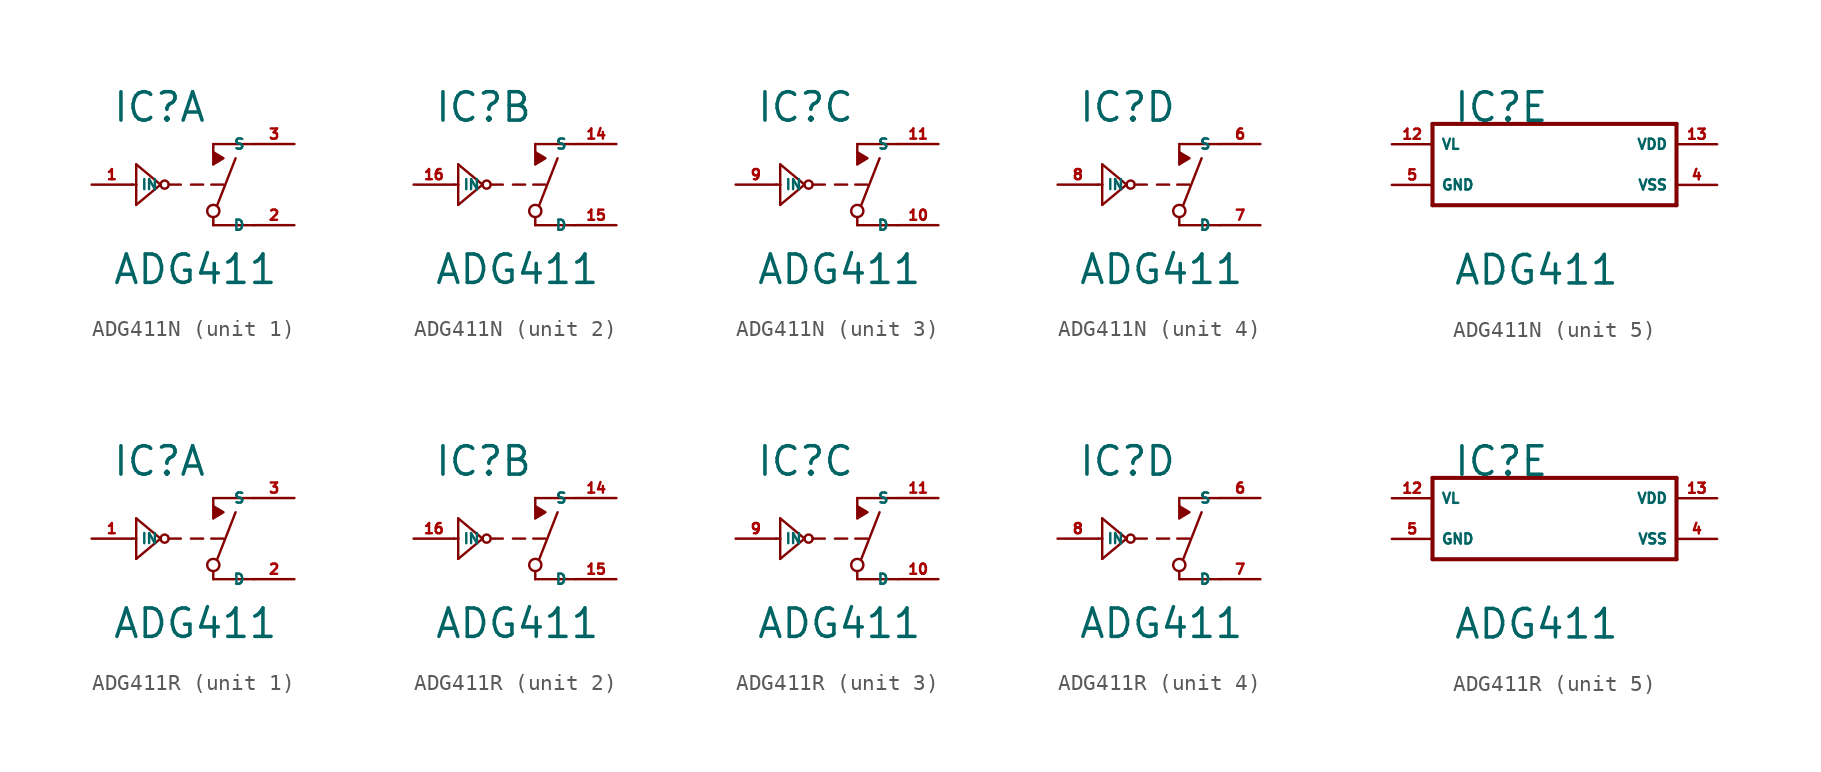
<source format=kicad_sym>
(kicad_symbol_lib
  (version 20220914)
  (generator Eagle2Kicad)
  (symbol "ADG411N"
    (property "Reference" "IC"
      (at -6.35 3.81 0)
      (effects (font (size 1.778 1.778) (thickness 0.22)) (justify left bottom)))
    (property "Value" "ADG411"
      (at -6.35 -6.35 0)
      (effects (font (size 1.778 1.778) (thickness 0.22)) (justify left bottom)))
    (symbol "ADG411N_1_0"
      (polyline (pts (xy 0 1.27) (xy 0.635 1.651) (xy 0 2.032)) (stroke (width 0.152) (type default)) (fill (type outline)))
      (polyline (pts (xy 2.54 2.54) (xy 0 2.54)) (stroke (width 0.152) (type default)) (fill (type none)))
      (polyline (pts (xy 0 2.54) (xy 0 1.27)) (stroke (width 0.152) (type default)) (fill (type none)))
      (polyline (pts (xy 2.54 -2.54) (xy 0 -2.54)) (stroke (width 0.152) (type default)) (fill (type none)))
      (polyline (pts (xy 0 -2.54) (xy 0 -2.032)) (stroke (width 0.152) (type default)) (fill (type none)))
      (polyline (pts (xy 0.254 -1.27) (xy 1.397 1.651)) (stroke (width 0.152) (type default)) (fill (type none)))
      (polyline (pts (xy -5.08 0) (xy -4.826 0)) (stroke (width 0.152) (type default)) (fill (type none)))
      (polyline (pts (xy -4.826 0) (xy -4.826 1.27)) (stroke (width 0.152) (type default)) (fill (type none)))
      (polyline (pts (xy -4.826 1.27) (xy -3.302 0)) (stroke (width 0.152) (type default)) (fill (type none)))
      (polyline (pts (xy -3.302 0) (xy -4.826 -1.27)) (stroke (width 0.152) (type default)) (fill (type none)))
      (polyline (pts (xy -4.826 -1.27) (xy -4.826 0)) (stroke (width 0.152) (type default)) (fill (type none)))
      (polyline (pts (xy -2.794 0) (xy -2.032 0)) (stroke (width 0.152) (type default)) (fill (type none)))
      (polyline (pts (xy -1.397 0) (xy -0.635 0)) (stroke (width 0.152) (type default)) (fill (type none)))
      (polyline (pts (xy -0.127 0) (xy 0.635 0)) (stroke (width 0.152) (type default)) (fill (type none)))
      (circle (center 0 -1.651) (radius 0.381) (stroke (width 0.152) (type default)) (fill (type none)))
      (circle (center -3.048 0) (radius 0.254) (stroke (width 0.152) (type default)) (fill (type none)))
      (pin input line (at -7.62 0 0) (length 2.54) (name "IN" (effects (font (size 0.635 0.635) (thickness 0.08)) (justify left bottom))) (number "1" (effects (font (size 0.635 0.635) (thickness 0.08)) (justify left bottom))))
      (pin passive line (at 5.08 2.54 180) (length 2.54) (name "S" (effects (font (size 0.635 0.635) (thickness 0.08)) (justify left bottom))) (number "3" (effects (font (size 0.635 0.635) (thickness 0.08)) (justify left bottom))))
      (pin passive line (at 5.08 -2.54 180) (length 2.54) (name "D" (effects (font (size 0.635 0.635) (thickness 0.08)) (justify left bottom))) (number "2" (effects (font (size 0.635 0.635) (thickness 0.08)) (justify left bottom)))))
    (symbol "ADG411N_2_0"
      (polyline (pts (xy 0 1.27) (xy 0.635 1.651) (xy 0 2.032)) (stroke (width 0.152) (type default)) (fill (type outline)))
      (polyline (pts (xy 2.54 2.54) (xy 0 2.54)) (stroke (width 0.152) (type default)) (fill (type none)))
      (polyline (pts (xy 0 2.54) (xy 0 1.27)) (stroke (width 0.152) (type default)) (fill (type none)))
      (polyline (pts (xy 2.54 -2.54) (xy 0 -2.54)) (stroke (width 0.152) (type default)) (fill (type none)))
      (polyline (pts (xy 0 -2.54) (xy 0 -2.032)) (stroke (width 0.152) (type default)) (fill (type none)))
      (polyline (pts (xy 0.254 -1.27) (xy 1.397 1.651)) (stroke (width 0.152) (type default)) (fill (type none)))
      (polyline (pts (xy -5.08 0) (xy -4.826 0)) (stroke (width 0.152) (type default)) (fill (type none)))
      (polyline (pts (xy -4.826 0) (xy -4.826 1.27)) (stroke (width 0.152) (type default)) (fill (type none)))
      (polyline (pts (xy -4.826 1.27) (xy -3.302 0)) (stroke (width 0.152) (type default)) (fill (type none)))
      (polyline (pts (xy -3.302 0) (xy -4.826 -1.27)) (stroke (width 0.152) (type default)) (fill (type none)))
      (polyline (pts (xy -4.826 -1.27) (xy -4.826 0)) (stroke (width 0.152) (type default)) (fill (type none)))
      (polyline (pts (xy -2.794 0) (xy -2.032 0)) (stroke (width 0.152) (type default)) (fill (type none)))
      (polyline (pts (xy -1.397 0) (xy -0.635 0)) (stroke (width 0.152) (type default)) (fill (type none)))
      (polyline (pts (xy -0.127 0) (xy 0.635 0)) (stroke (width 0.152) (type default)) (fill (type none)))
      (circle (center 0 -1.651) (radius 0.381) (stroke (width 0.152) (type default)) (fill (type none)))
      (circle (center -3.048 0) (radius 0.254) (stroke (width 0.152) (type default)) (fill (type none)))
      (pin input line (at -7.62 0 0) (length 2.54) (name "IN" (effects (font (size 0.635 0.635) (thickness 0.08)) (justify left bottom))) (number "16" (effects (font (size 0.635 0.635) (thickness 0.08)) (justify left bottom))))
      (pin passive line (at 5.08 2.54 180) (length 2.54) (name "S" (effects (font (size 0.635 0.635) (thickness 0.08)) (justify left bottom))) (number "14" (effects (font (size 0.635 0.635) (thickness 0.08)) (justify left bottom))))
      (pin passive line (at 5.08 -2.54 180) (length 2.54) (name "D" (effects (font (size 0.635 0.635) (thickness 0.08)) (justify left bottom))) (number "15" (effects (font (size 0.635 0.635) (thickness 0.08)) (justify left bottom)))))
    (symbol "ADG411N_3_0"
      (polyline (pts (xy 0 1.27) (xy 0.635 1.651) (xy 0 2.032)) (stroke (width 0.152) (type default)) (fill (type outline)))
      (polyline (pts (xy 2.54 2.54) (xy 0 2.54)) (stroke (width 0.152) (type default)) (fill (type none)))
      (polyline (pts (xy 0 2.54) (xy 0 1.27)) (stroke (width 0.152) (type default)) (fill (type none)))
      (polyline (pts (xy 2.54 -2.54) (xy 0 -2.54)) (stroke (width 0.152) (type default)) (fill (type none)))
      (polyline (pts (xy 0 -2.54) (xy 0 -2.032)) (stroke (width 0.152) (type default)) (fill (type none)))
      (polyline (pts (xy 0.254 -1.27) (xy 1.397 1.651)) (stroke (width 0.152) (type default)) (fill (type none)))
      (polyline (pts (xy -5.08 0) (xy -4.826 0)) (stroke (width 0.152) (type default)) (fill (type none)))
      (polyline (pts (xy -4.826 0) (xy -4.826 1.27)) (stroke (width 0.152) (type default)) (fill (type none)))
      (polyline (pts (xy -4.826 1.27) (xy -3.302 0)) (stroke (width 0.152) (type default)) (fill (type none)))
      (polyline (pts (xy -3.302 0) (xy -4.826 -1.27)) (stroke (width 0.152) (type default)) (fill (type none)))
      (polyline (pts (xy -4.826 -1.27) (xy -4.826 0)) (stroke (width 0.152) (type default)) (fill (type none)))
      (polyline (pts (xy -2.794 0) (xy -2.032 0)) (stroke (width 0.152) (type default)) (fill (type none)))
      (polyline (pts (xy -1.397 0) (xy -0.635 0)) (stroke (width 0.152) (type default)) (fill (type none)))
      (polyline (pts (xy -0.127 0) (xy 0.635 0)) (stroke (width 0.152) (type default)) (fill (type none)))
      (circle (center 0 -1.651) (radius 0.381) (stroke (width 0.152) (type default)) (fill (type none)))
      (circle (center -3.048 0) (radius 0.254) (stroke (width 0.152) (type default)) (fill (type none)))
      (pin input line (at -7.62 0 0) (length 2.54) (name "IN" (effects (font (size 0.635 0.635) (thickness 0.08)) (justify left bottom))) (number "9" (effects (font (size 0.635 0.635) (thickness 0.08)) (justify left bottom))))
      (pin passive line (at 5.08 2.54 180) (length 2.54) (name "S" (effects (font (size 0.635 0.635) (thickness 0.08)) (justify left bottom))) (number "11" (effects (font (size 0.635 0.635) (thickness 0.08)) (justify left bottom))))
      (pin passive line (at 5.08 -2.54 180) (length 2.54) (name "D" (effects (font (size 0.635 0.635) (thickness 0.08)) (justify left bottom))) (number "10" (effects (font (size 0.635 0.635) (thickness 0.08)) (justify left bottom)))))
    (symbol "ADG411N_4_0"
      (polyline (pts (xy 0 1.27) (xy 0.635 1.651) (xy 0 2.032)) (stroke (width 0.152) (type default)) (fill (type outline)))
      (polyline (pts (xy 2.54 2.54) (xy 0 2.54)) (stroke (width 0.152) (type default)) (fill (type none)))
      (polyline (pts (xy 0 2.54) (xy 0 1.27)) (stroke (width 0.152) (type default)) (fill (type none)))
      (polyline (pts (xy 2.54 -2.54) (xy 0 -2.54)) (stroke (width 0.152) (type default)) (fill (type none)))
      (polyline (pts (xy 0 -2.54) (xy 0 -2.032)) (stroke (width 0.152) (type default)) (fill (type none)))
      (polyline (pts (xy 0.254 -1.27) (xy 1.397 1.651)) (stroke (width 0.152) (type default)) (fill (type none)))
      (polyline (pts (xy -5.08 0) (xy -4.826 0)) (stroke (width 0.152) (type default)) (fill (type none)))
      (polyline (pts (xy -4.826 0) (xy -4.826 1.27)) (stroke (width 0.152) (type default)) (fill (type none)))
      (polyline (pts (xy -4.826 1.27) (xy -3.302 0)) (stroke (width 0.152) (type default)) (fill (type none)))
      (polyline (pts (xy -3.302 0) (xy -4.826 -1.27)) (stroke (width 0.152) (type default)) (fill (type none)))
      (polyline (pts (xy -4.826 -1.27) (xy -4.826 0)) (stroke (width 0.152) (type default)) (fill (type none)))
      (polyline (pts (xy -2.794 0) (xy -2.032 0)) (stroke (width 0.152) (type default)) (fill (type none)))
      (polyline (pts (xy -1.397 0) (xy -0.635 0)) (stroke (width 0.152) (type default)) (fill (type none)))
      (polyline (pts (xy -0.127 0) (xy 0.635 0)) (stroke (width 0.152) (type default)) (fill (type none)))
      (circle (center 0 -1.651) (radius 0.381) (stroke (width 0.152) (type default)) (fill (type none)))
      (circle (center -3.048 0) (radius 0.254) (stroke (width 0.152) (type default)) (fill (type none)))
      (pin input line (at -7.62 0 0) (length 2.54) (name "IN" (effects (font (size 0.635 0.635) (thickness 0.08)) (justify left bottom))) (number "8" (effects (font (size 0.635 0.635) (thickness 0.08)) (justify left bottom))))
      (pin passive line (at 5.08 2.54 180) (length 2.54) (name "S" (effects (font (size 0.635 0.635) (thickness 0.08)) (justify left bottom))) (number "6" (effects (font (size 0.635 0.635) (thickness 0.08)) (justify left bottom))))
      (pin passive line (at 5.08 -2.54 180) (length 2.54) (name "D" (effects (font (size 0.635 0.635) (thickness 0.08)) (justify left bottom))) (number "7" (effects (font (size 0.635 0.635) (thickness 0.08)) (justify left bottom)))))
    (symbol "ADG411N_5_0"
      (polyline (pts (xy -7.62 3.81) (xy 7.62 3.81)) (stroke (width 0.254) (type default)) (fill (type none)))
      (polyline (pts (xy 7.62 3.81) (xy 7.62 -1.27)) (stroke (width 0.254) (type default)) (fill (type none)))
      (polyline (pts (xy 7.62 -1.27) (xy -7.62 -1.27)) (stroke (width 0.254) (type default)) (fill (type none)))
      (polyline (pts (xy -7.62 -1.27) (xy -7.62 3.81)) (stroke (width 0.254) (type default)) (fill (type none)))
      (pin unspecified line (at 10.16 2.54 180) (length 2.54) (name "VDD" (effects (font (size 0.635 0.635) (thickness 0.08)) (justify left bottom))) (number "13" (effects (font (size 0.635 0.635) (thickness 0.08)) (justify left bottom))))
      (pin unspecified line (at 10.16 0 180) (length 2.54) (name "VSS" (effects (font (size 0.635 0.635) (thickness 0.08)) (justify left bottom))) (number "4" (effects (font (size 0.635 0.635) (thickness 0.08)) (justify left bottom))))
      (pin unspecified line (at -10.16 0 0) (length 2.54) (name "GND" (effects (font (size 0.635 0.635) (thickness 0.08)) (justify left bottom))) (number "5" (effects (font (size 0.635 0.635) (thickness 0.08)) (justify left bottom))))
      (pin unspecified line (at -10.16 2.54 0) (length 2.54) (name "VL" (effects (font (size 0.635 0.635) (thickness 0.08)) (justify left bottom))) (number "12" (effects (font (size 0.635 0.635) (thickness 0.08)) (justify left bottom))))))
  (symbol "ADG411R"
    (property "Reference" "IC"
      (at -6.35 3.81 0)
      (effects (font (size 1.778 1.778) (thickness 0.22)) (justify left bottom)))
    (property "Value" "ADG411"
      (at -6.35 -6.35 0)
      (effects (font (size 1.778 1.778) (thickness 0.22)) (justify left bottom)))
    (symbol "ADG411R_1_0"
      (polyline (pts (xy 0 1.27) (xy 0.635 1.651) (xy 0 2.032)) (stroke (width 0.152) (type default)) (fill (type outline)))
      (polyline (pts (xy 2.54 2.54) (xy 0 2.54)) (stroke (width 0.152) (type default)) (fill (type none)))
      (polyline (pts (xy 0 2.54) (xy 0 1.27)) (stroke (width 0.152) (type default)) (fill (type none)))
      (polyline (pts (xy 2.54 -2.54) (xy 0 -2.54)) (stroke (width 0.152) (type default)) (fill (type none)))
      (polyline (pts (xy 0 -2.54) (xy 0 -2.032)) (stroke (width 0.152) (type default)) (fill (type none)))
      (polyline (pts (xy 0.254 -1.27) (xy 1.397 1.651)) (stroke (width 0.152) (type default)) (fill (type none)))
      (polyline (pts (xy -5.08 0) (xy -4.826 0)) (stroke (width 0.152) (type default)) (fill (type none)))
      (polyline (pts (xy -4.826 0) (xy -4.826 1.27)) (stroke (width 0.152) (type default)) (fill (type none)))
      (polyline (pts (xy -4.826 1.27) (xy -3.302 0)) (stroke (width 0.152) (type default)) (fill (type none)))
      (polyline (pts (xy -3.302 0) (xy -4.826 -1.27)) (stroke (width 0.152) (type default)) (fill (type none)))
      (polyline (pts (xy -4.826 -1.27) (xy -4.826 0)) (stroke (width 0.152) (type default)) (fill (type none)))
      (polyline (pts (xy -2.794 0) (xy -2.032 0)) (stroke (width 0.152) (type default)) (fill (type none)))
      (polyline (pts (xy -1.397 0) (xy -0.635 0)) (stroke (width 0.152) (type default)) (fill (type none)))
      (polyline (pts (xy -0.127 0) (xy 0.635 0)) (stroke (width 0.152) (type default)) (fill (type none)))
      (circle (center 0 -1.651) (radius 0.381) (stroke (width 0.152) (type default)) (fill (type none)))
      (circle (center -3.048 0) (radius 0.254) (stroke (width 0.152) (type default)) (fill (type none)))
      (pin input line (at -7.62 0 0) (length 2.54) (name "IN" (effects (font (size 0.635 0.635) (thickness 0.08)) (justify left bottom))) (number "1" (effects (font (size 0.635 0.635) (thickness 0.08)) (justify left bottom))))
      (pin passive line (at 5.08 2.54 180) (length 2.54) (name "S" (effects (font (size 0.635 0.635) (thickness 0.08)) (justify left bottom))) (number "3" (effects (font (size 0.635 0.635) (thickness 0.08)) (justify left bottom))))
      (pin passive line (at 5.08 -2.54 180) (length 2.54) (name "D" (effects (font (size 0.635 0.635) (thickness 0.08)) (justify left bottom))) (number "2" (effects (font (size 0.635 0.635) (thickness 0.08)) (justify left bottom)))))
    (symbol "ADG411R_2_0"
      (polyline (pts (xy 0 1.27) (xy 0.635 1.651) (xy 0 2.032)) (stroke (width 0.152) (type default)) (fill (type outline)))
      (polyline (pts (xy 2.54 2.54) (xy 0 2.54)) (stroke (width 0.152) (type default)) (fill (type none)))
      (polyline (pts (xy 0 2.54) (xy 0 1.27)) (stroke (width 0.152) (type default)) (fill (type none)))
      (polyline (pts (xy 2.54 -2.54) (xy 0 -2.54)) (stroke (width 0.152) (type default)) (fill (type none)))
      (polyline (pts (xy 0 -2.54) (xy 0 -2.032)) (stroke (width 0.152) (type default)) (fill (type none)))
      (polyline (pts (xy 0.254 -1.27) (xy 1.397 1.651)) (stroke (width 0.152) (type default)) (fill (type none)))
      (polyline (pts (xy -5.08 0) (xy -4.826 0)) (stroke (width 0.152) (type default)) (fill (type none)))
      (polyline (pts (xy -4.826 0) (xy -4.826 1.27)) (stroke (width 0.152) (type default)) (fill (type none)))
      (polyline (pts (xy -4.826 1.27) (xy -3.302 0)) (stroke (width 0.152) (type default)) (fill (type none)))
      (polyline (pts (xy -3.302 0) (xy -4.826 -1.27)) (stroke (width 0.152) (type default)) (fill (type none)))
      (polyline (pts (xy -4.826 -1.27) (xy -4.826 0)) (stroke (width 0.152) (type default)) (fill (type none)))
      (polyline (pts (xy -2.794 0) (xy -2.032 0)) (stroke (width 0.152) (type default)) (fill (type none)))
      (polyline (pts (xy -1.397 0) (xy -0.635 0)) (stroke (width 0.152) (type default)) (fill (type none)))
      (polyline (pts (xy -0.127 0) (xy 0.635 0)) (stroke (width 0.152) (type default)) (fill (type none)))
      (circle (center 0 -1.651) (radius 0.381) (stroke (width 0.152) (type default)) (fill (type none)))
      (circle (center -3.048 0) (radius 0.254) (stroke (width 0.152) (type default)) (fill (type none)))
      (pin input line (at -7.62 0 0) (length 2.54) (name "IN" (effects (font (size 0.635 0.635) (thickness 0.08)) (justify left bottom))) (number "16" (effects (font (size 0.635 0.635) (thickness 0.08)) (justify left bottom))))
      (pin passive line (at 5.08 2.54 180) (length 2.54) (name "S" (effects (font (size 0.635 0.635) (thickness 0.08)) (justify left bottom))) (number "14" (effects (font (size 0.635 0.635) (thickness 0.08)) (justify left bottom))))
      (pin passive line (at 5.08 -2.54 180) (length 2.54) (name "D" (effects (font (size 0.635 0.635) (thickness 0.08)) (justify left bottom))) (number "15" (effects (font (size 0.635 0.635) (thickness 0.08)) (justify left bottom)))))
    (symbol "ADG411R_3_0"
      (polyline (pts (xy 0 1.27) (xy 0.635 1.651) (xy 0 2.032)) (stroke (width 0.152) (type default)) (fill (type outline)))
      (polyline (pts (xy 2.54 2.54) (xy 0 2.54)) (stroke (width 0.152) (type default)) (fill (type none)))
      (polyline (pts (xy 0 2.54) (xy 0 1.27)) (stroke (width 0.152) (type default)) (fill (type none)))
      (polyline (pts (xy 2.54 -2.54) (xy 0 -2.54)) (stroke (width 0.152) (type default)) (fill (type none)))
      (polyline (pts (xy 0 -2.54) (xy 0 -2.032)) (stroke (width 0.152) (type default)) (fill (type none)))
      (polyline (pts (xy 0.254 -1.27) (xy 1.397 1.651)) (stroke (width 0.152) (type default)) (fill (type none)))
      (polyline (pts (xy -5.08 0) (xy -4.826 0)) (stroke (width 0.152) (type default)) (fill (type none)))
      (polyline (pts (xy -4.826 0) (xy -4.826 1.27)) (stroke (width 0.152) (type default)) (fill (type none)))
      (polyline (pts (xy -4.826 1.27) (xy -3.302 0)) (stroke (width 0.152) (type default)) (fill (type none)))
      (polyline (pts (xy -3.302 0) (xy -4.826 -1.27)) (stroke (width 0.152) (type default)) (fill (type none)))
      (polyline (pts (xy -4.826 -1.27) (xy -4.826 0)) (stroke (width 0.152) (type default)) (fill (type none)))
      (polyline (pts (xy -2.794 0) (xy -2.032 0)) (stroke (width 0.152) (type default)) (fill (type none)))
      (polyline (pts (xy -1.397 0) (xy -0.635 0)) (stroke (width 0.152) (type default)) (fill (type none)))
      (polyline (pts (xy -0.127 0) (xy 0.635 0)) (stroke (width 0.152) (type default)) (fill (type none)))
      (circle (center 0 -1.651) (radius 0.381) (stroke (width 0.152) (type default)) (fill (type none)))
      (circle (center -3.048 0) (radius 0.254) (stroke (width 0.152) (type default)) (fill (type none)))
      (pin input line (at -7.62 0 0) (length 2.54) (name "IN" (effects (font (size 0.635 0.635) (thickness 0.08)) (justify left bottom))) (number "9" (effects (font (size 0.635 0.635) (thickness 0.08)) (justify left bottom))))
      (pin passive line (at 5.08 2.54 180) (length 2.54) (name "S" (effects (font (size 0.635 0.635) (thickness 0.08)) (justify left bottom))) (number "11" (effects (font (size 0.635 0.635) (thickness 0.08)) (justify left bottom))))
      (pin passive line (at 5.08 -2.54 180) (length 2.54) (name "D" (effects (font (size 0.635 0.635) (thickness 0.08)) (justify left bottom))) (number "10" (effects (font (size 0.635 0.635) (thickness 0.08)) (justify left bottom)))))
    (symbol "ADG411R_4_0"
      (polyline (pts (xy 0 1.27) (xy 0.635 1.651) (xy 0 2.032)) (stroke (width 0.152) (type default)) (fill (type outline)))
      (polyline (pts (xy 2.54 2.54) (xy 0 2.54)) (stroke (width 0.152) (type default)) (fill (type none)))
      (polyline (pts (xy 0 2.54) (xy 0 1.27)) (stroke (width 0.152) (type default)) (fill (type none)))
      (polyline (pts (xy 2.54 -2.54) (xy 0 -2.54)) (stroke (width 0.152) (type default)) (fill (type none)))
      (polyline (pts (xy 0 -2.54) (xy 0 -2.032)) (stroke (width 0.152) (type default)) (fill (type none)))
      (polyline (pts (xy 0.254 -1.27) (xy 1.397 1.651)) (stroke (width 0.152) (type default)) (fill (type none)))
      (polyline (pts (xy -5.08 0) (xy -4.826 0)) (stroke (width 0.152) (type default)) (fill (type none)))
      (polyline (pts (xy -4.826 0) (xy -4.826 1.27)) (stroke (width 0.152) (type default)) (fill (type none)))
      (polyline (pts (xy -4.826 1.27) (xy -3.302 0)) (stroke (width 0.152) (type default)) (fill (type none)))
      (polyline (pts (xy -3.302 0) (xy -4.826 -1.27)) (stroke (width 0.152) (type default)) (fill (type none)))
      (polyline (pts (xy -4.826 -1.27) (xy -4.826 0)) (stroke (width 0.152) (type default)) (fill (type none)))
      (polyline (pts (xy -2.794 0) (xy -2.032 0)) (stroke (width 0.152) (type default)) (fill (type none)))
      (polyline (pts (xy -1.397 0) (xy -0.635 0)) (stroke (width 0.152) (type default)) (fill (type none)))
      (polyline (pts (xy -0.127 0) (xy 0.635 0)) (stroke (width 0.152) (type default)) (fill (type none)))
      (circle (center 0 -1.651) (radius 0.381) (stroke (width 0.152) (type default)) (fill (type none)))
      (circle (center -3.048 0) (radius 0.254) (stroke (width 0.152) (type default)) (fill (type none)))
      (pin input line (at -7.62 0 0) (length 2.54) (name "IN" (effects (font (size 0.635 0.635) (thickness 0.08)) (justify left bottom))) (number "8" (effects (font (size 0.635 0.635) (thickness 0.08)) (justify left bottom))))
      (pin passive line (at 5.08 2.54 180) (length 2.54) (name "S" (effects (font (size 0.635 0.635) (thickness 0.08)) (justify left bottom))) (number "6" (effects (font (size 0.635 0.635) (thickness 0.08)) (justify left bottom))))
      (pin passive line (at 5.08 -2.54 180) (length 2.54) (name "D" (effects (font (size 0.635 0.635) (thickness 0.08)) (justify left bottom))) (number "7" (effects (font (size 0.635 0.635) (thickness 0.08)) (justify left bottom)))))
    (symbol "ADG411R_5_0"
      (polyline (pts (xy -7.62 3.81) (xy 7.62 3.81)) (stroke (width 0.254) (type default)) (fill (type none)))
      (polyline (pts (xy 7.62 3.81) (xy 7.62 -1.27)) (stroke (width 0.254) (type default)) (fill (type none)))
      (polyline (pts (xy 7.62 -1.27) (xy -7.62 -1.27)) (stroke (width 0.254) (type default)) (fill (type none)))
      (polyline (pts (xy -7.62 -1.27) (xy -7.62 3.81)) (stroke (width 0.254) (type default)) (fill (type none)))
      (pin unspecified line (at 10.16 2.54 180) (length 2.54) (name "VDD" (effects (font (size 0.635 0.635) (thickness 0.08)) (justify left bottom))) (number "13" (effects (font (size 0.635 0.635) (thickness 0.08)) (justify left bottom))))
      (pin unspecified line (at 10.16 0 180) (length 2.54) (name "VSS" (effects (font (size 0.635 0.635) (thickness 0.08)) (justify left bottom))) (number "4" (effects (font (size 0.635 0.635) (thickness 0.08)) (justify left bottom))))
      (pin unspecified line (at -10.16 0 0) (length 2.54) (name "GND" (effects (font (size 0.635 0.635) (thickness 0.08)) (justify left bottom))) (number "5" (effects (font (size 0.635 0.635) (thickness 0.08)) (justify left bottom))))
      (pin unspecified line (at -10.16 2.54 0) (length 2.54) (name "VL" (effects (font (size 0.635 0.635) (thickness 0.08)) (justify left bottom))) (number "12" (effects (font (size 0.635 0.635) (thickness 0.08)) (justify left bottom)))))))
</source>
